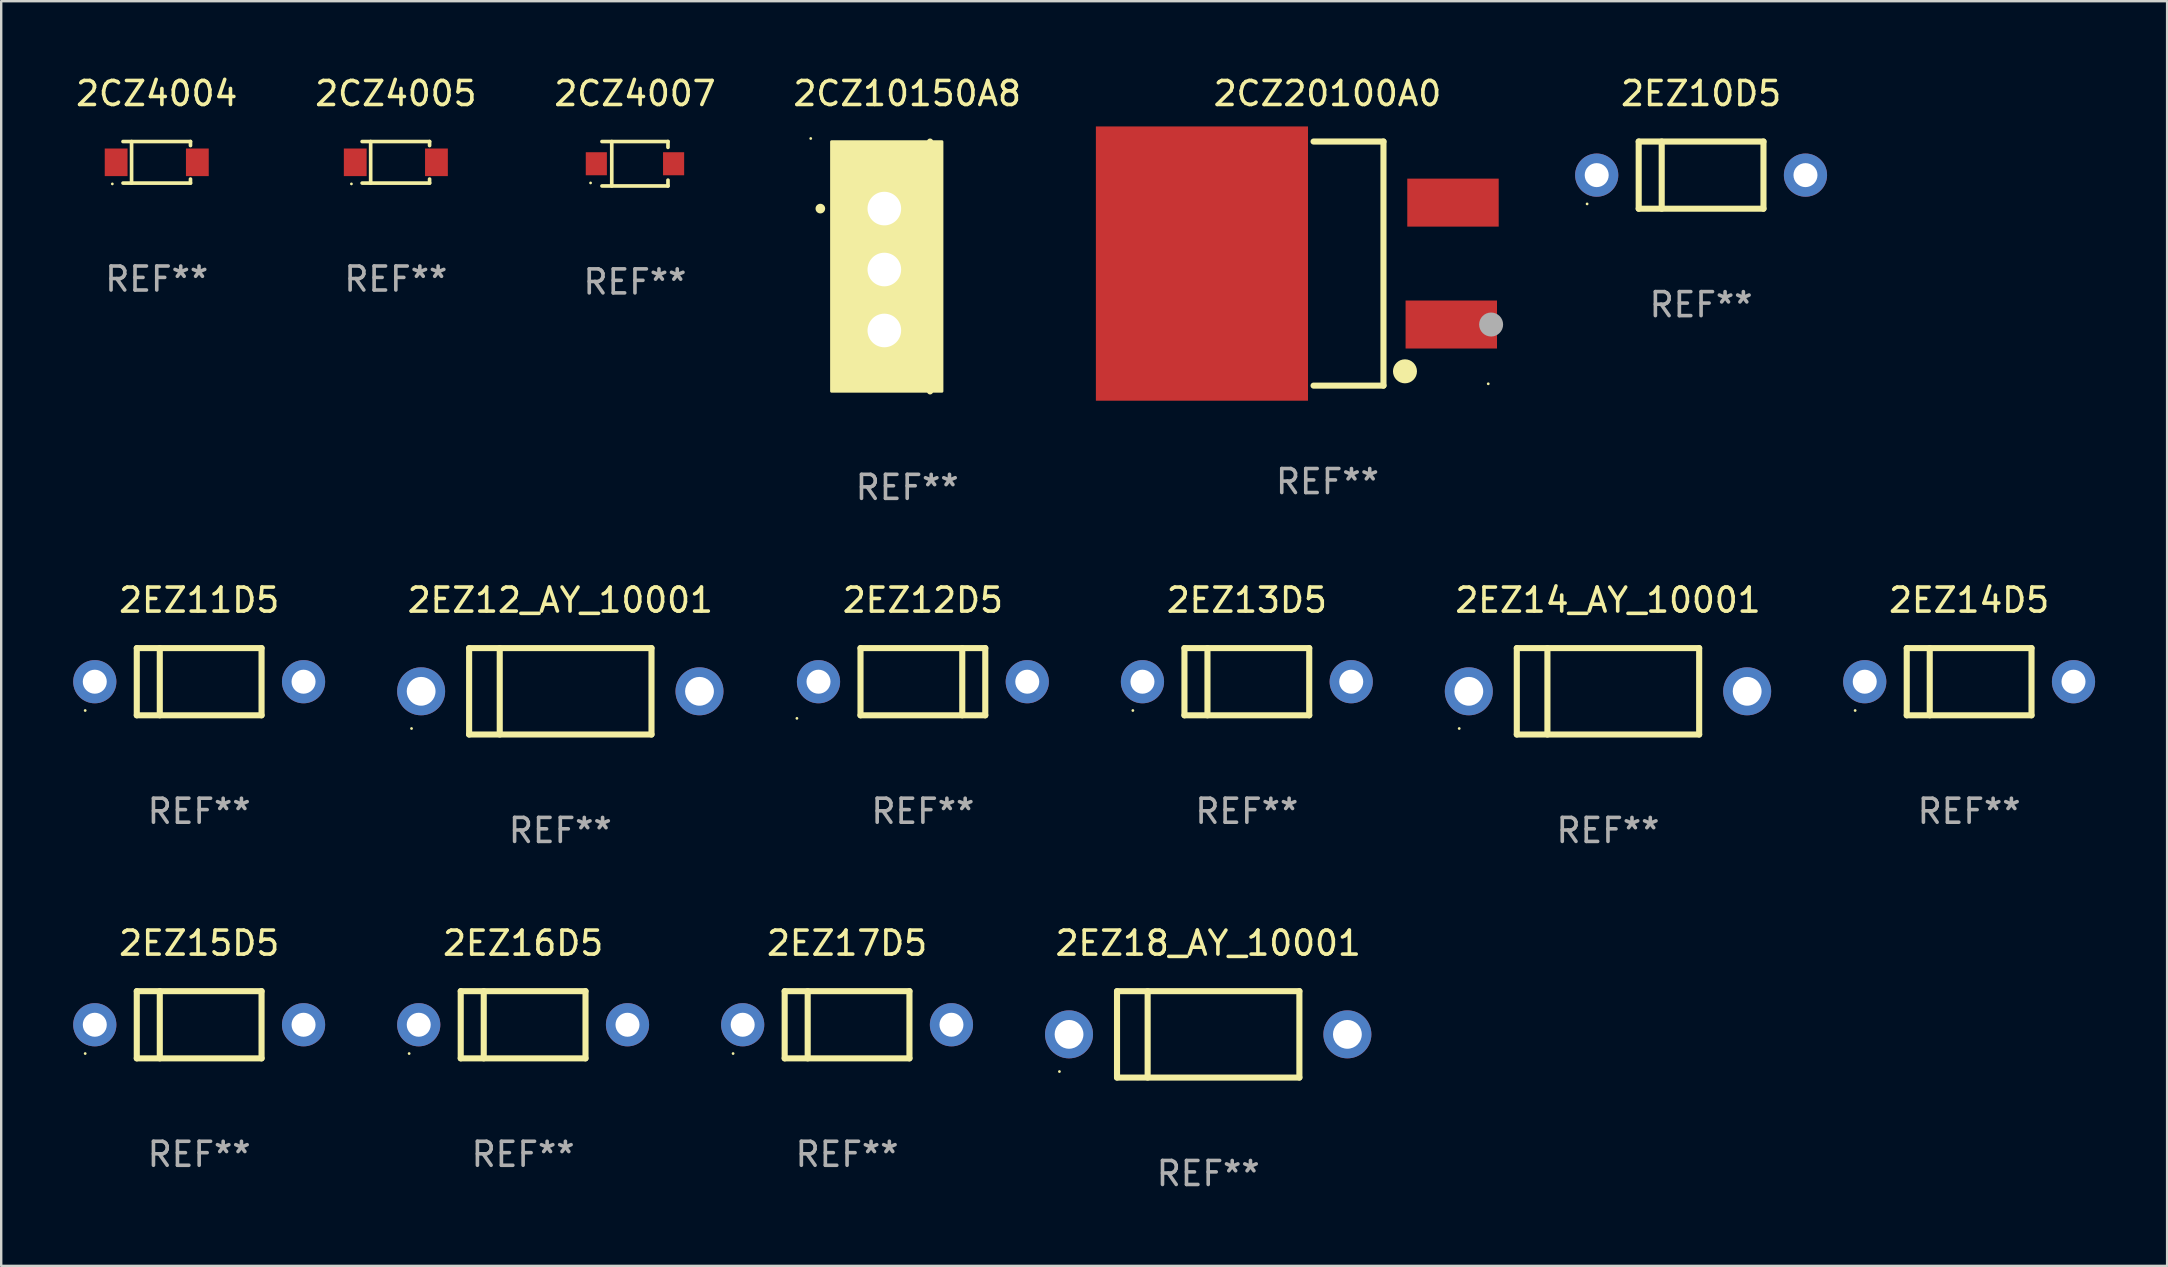
<source format=kicad_pcb>
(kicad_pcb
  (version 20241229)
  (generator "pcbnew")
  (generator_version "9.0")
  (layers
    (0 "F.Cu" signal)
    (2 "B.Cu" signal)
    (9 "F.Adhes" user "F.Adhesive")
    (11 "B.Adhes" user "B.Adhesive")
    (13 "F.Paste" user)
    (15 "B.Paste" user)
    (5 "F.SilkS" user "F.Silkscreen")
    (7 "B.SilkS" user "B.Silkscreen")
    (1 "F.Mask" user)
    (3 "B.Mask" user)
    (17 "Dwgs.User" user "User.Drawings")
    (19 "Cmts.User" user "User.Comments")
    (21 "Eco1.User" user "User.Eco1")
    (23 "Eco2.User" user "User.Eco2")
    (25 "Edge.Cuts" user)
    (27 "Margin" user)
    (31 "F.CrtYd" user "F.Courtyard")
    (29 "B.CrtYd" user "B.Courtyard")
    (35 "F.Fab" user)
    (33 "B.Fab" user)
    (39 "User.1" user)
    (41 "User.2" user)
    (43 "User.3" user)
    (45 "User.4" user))
  (footprint "2EZ14D5"
    (layer "F.Cu")
    (at 79.01 25.359)
    (property "Reference" "2EZ14D5" (at 0 -3.4 0) (layer "F.SilkS") (effects (font (size 1 1) (thickness 0.15))))
    (attr through_hole)
    (fp_line (start -2.6 -1.4) (end -2.6 1.4) (stroke (width 0.254) (type solid)) (layer "F.SilkS"))
    (fp_line (start -2.6 -1.4) (end 2.6 -1.4) (stroke (width 0.254) (type solid)) (layer "F.SilkS"))
    (fp_line (start -2.6 1.4) (end 2.6 1.4) (stroke (width 0.254) (type solid)) (layer "F.SilkS"))
    (fp_line (start -1.641 -1.4) (end -1.641 1.4) (stroke (width 0.254) (type solid)) (layer "F.SilkS"))
    (fp_line (start 2.6 -1.4) (end 2.6 1.4) (stroke (width 0.254) (type solid)) (layer "F.SilkS"))
    (fp_circle (center -4.75 1.2) (end -4.72 1.2) (stroke (width 0.06) (type solid)) (fill no) (layer "F.SilkS"))
    (fp_text user "REF**" (at 0 5.4 0) (layer "F.Fab") (effects (font (size 1 1) (thickness 0.15))))
    (pad "1" thru_hole circle (at -4.35 0) (size 1.8 1.8) (drill 1) (layers "*.Cu" "*.Mask"))
    (pad "2" thru_hole circle (at 4.35 0) (size 1.8 1.8) (drill 1) (layers "*.Cu" "*.Mask")))
  (footprint "2EZ10D5"
    (layer "F.Cu")
    (at 67.84 4.248)
    (property "Reference" "2EZ10D5" (at 0 -3.4 0) (layer "F.SilkS") (effects (font (size 1 1) (thickness 0.15))))
    (attr through_hole)
    (fp_line (start -2.6 -1.4) (end -2.6 1.4) (stroke (width 0.254) (type solid)) (layer "F.SilkS"))
    (fp_line (start -2.6 -1.4) (end 2.6 -1.4) (stroke (width 0.254) (type solid)) (layer "F.SilkS"))
    (fp_line (start -2.6 1.4) (end 2.6 1.4) (stroke (width 0.254) (type solid)) (layer "F.SilkS"))
    (fp_line (start -1.641 -1.4) (end -1.641 1.4) (stroke (width 0.254) (type solid)) (layer "F.SilkS"))
    (fp_line (start 2.6 -1.4) (end 2.6 1.4) (stroke (width 0.254) (type solid)) (layer "F.SilkS"))
    (fp_circle (center -4.75 1.2) (end -4.72 1.2) (stroke (width 0.06) (type solid)) (fill no) (layer "F.SilkS"))
    (fp_text user "REF**" (at 0 5.4 0) (layer "F.Fab") (effects (font (size 1 1) (thickness 0.15))))
    (pad "1" thru_hole circle (at -4.35 0) (size 1.8 1.8) (drill 1) (layers "*.Cu" "*.Mask"))
    (pad "2" thru_hole circle (at 4.35 0) (size 1.8 1.8) (drill 1) (layers "*.Cu" "*.Mask")))
  (footprint "2EZ13D5"
    (layer "F.Cu")
    (at 48.91 25.359)
    (property "Reference" "2EZ13D5" (at 0 -3.4 0) (layer "F.SilkS") (effects (font (size 1 1) (thickness 0.15))))
    (attr through_hole)
    (fp_line (start -2.6 -1.4) (end -2.6 1.4) (stroke (width 0.254) (type solid)) (layer "F.SilkS"))
    (fp_line (start -2.6 -1.4) (end 2.6 -1.4) (stroke (width 0.254) (type solid)) (layer "F.SilkS"))
    (fp_line (start -2.6 1.4) (end 2.6 1.4) (stroke (width 0.254) (type solid)) (layer "F.SilkS"))
    (fp_line (start -1.641 -1.4) (end -1.641 1.4) (stroke (width 0.254) (type solid)) (layer "F.SilkS"))
    (fp_line (start 2.6 -1.4) (end 2.6 1.4) (stroke (width 0.254) (type solid)) (layer "F.SilkS"))
    (fp_circle (center -4.75 1.2) (end -4.72 1.2) (stroke (width 0.06) (type solid)) (fill no) (layer "F.SilkS"))
    (fp_text user "REF**" (at 0 5.4 0) (layer "F.Fab") (effects (font (size 1 1) (thickness 0.15))))
    (pad "1" thru_hole circle (at -4.35 0) (size 1.8 1.8) (drill 1) (layers "*.Cu" "*.Mask"))
    (pad "2" thru_hole circle (at 4.35 0) (size 1.8 1.8) (drill 1) (layers "*.Cu" "*.Mask")))
  (footprint "2EZ18_AY_10001"
    (layer "F.Cu")
    (at 47.3 40.055)
    (property "Reference" "2EZ18_AY_10001" (at 0 -3.8 0) (layer "F.SilkS") (effects (font (size 1 1) (thickness 0.15))))
    (attr through_hole)
    (fp_line (start -3.8 -1.8) (end -3.8 1.8) (stroke (width 0.254) (type solid)) (layer "F.SilkS"))
    (fp_line (start -3.8 -1.8) (end 3.8 -1.8) (stroke (width 0.254) (type solid)) (layer "F.SilkS"))
    (fp_line (start -3.8 1.8) (end 3.8 1.8) (stroke (width 0.254) (type solid)) (layer "F.SilkS"))
    (fp_line (start -2.524 -1.8) (end -2.524 1.8) (stroke (width 0.254) (type solid)) (layer "F.SilkS"))
    (fp_line (start 3.8 -1.8) (end 3.8 1.8) (stroke (width 0.254) (type solid)) (layer "F.SilkS"))
    (fp_circle (center -6.2 1.55) (end -6.17 1.55) (stroke (width 0.06) (type solid)) (fill no) (layer "F.SilkS"))
    (fp_text user "REF**" (at 0 5.8 0) (layer "F.Fab") (effects (font (size 1 1) (thickness 0.15))))
    (pad "1" thru_hole circle (at -5.8 0) (size 2 2) (drill 1.2) (layers "*.Cu" "*.Mask"))
    (pad "2" thru_hole circle (at 5.8 0) (size 2 2) (drill 1.2) (layers "*.Cu" "*.Mask")))
  (footprint "2EZ14_AY_10001"
    (layer "F.Cu")
    (at 63.96 25.759)
    (property "Reference" "2EZ14_AY_10001" (at 0 -3.8 0) (layer "F.SilkS") (effects (font (size 1 1) (thickness 0.15))))
    (attr through_hole)
    (fp_line (start -3.8 -1.8) (end -3.8 1.8) (stroke (width 0.254) (type solid)) (layer "F.SilkS"))
    (fp_line (start -3.8 -1.8) (end 3.8 -1.8) (stroke (width 0.254) (type solid)) (layer "F.SilkS"))
    (fp_line (start -3.8 1.8) (end 3.8 1.8) (stroke (width 0.254) (type solid)) (layer "F.SilkS"))
    (fp_line (start -2.524 -1.8) (end -2.524 1.8) (stroke (width 0.254) (type solid)) (layer "F.SilkS"))
    (fp_line (start 3.8 -1.8) (end 3.8 1.8) (stroke (width 0.254) (type solid)) (layer "F.SilkS"))
    (fp_circle (center -6.2 1.55) (end -6.17 1.55) (stroke (width 0.06) (type solid)) (fill no) (layer "F.SilkS"))
    (fp_text user "REF**" (at 0 5.8 0) (layer "F.Fab") (effects (font (size 1 1) (thickness 0.15))))
    (pad "1" thru_hole circle (at -5.8 0) (size 2 2) (drill 1.2) (layers "*.Cu" "*.Mask"))
    (pad "2" thru_hole circle (at 5.8 0) (size 2 2) (drill 1.2) (layers "*.Cu" "*.Mask")))
  (footprint "2CZ20100A0"
    (layer "F.Cu")
    (at 52.27 7.934)
    (property "Reference" "2CZ20100A0" (at 0 -7.086 0) (layer "F.SilkS") (effects (font (size 1 1) (thickness 0.15))))
    (attr through_hole)
    (fp_line (start 2.334 -5.086) (end -0.58 -5.086) (stroke (width 0.254) (type solid)) (layer "F.SilkS"))
    (fp_line (start 2.334 -5.086) (end 2.334 5.086) (stroke (width 0.254) (type solid)) (layer "F.SilkS"))
    (fp_line (start 2.334 5.086) (end -0.58 5.086) (stroke (width 0.254) (type solid)) (layer "F.SilkS"))
    (fp_circle (center 3.23 4.49) (end 3.48 4.49) (stroke (width 0.5) (type solid)) (fill no) (layer "F.SilkS"))
    (fp_circle (center 6.7 5.01) (end 6.73 5.01) (stroke (width 0.06) (type solid)) (fill no) (layer "F.SilkS"))
    (fp_circle (center 6.82 2.54) (end 7.07 2.54) (stroke (width 0.5) (type solid)) (fill no) (layer "F.Fab"))
    (fp_text user "REF**" (at 0 9.086 0) (layer "F.Fab") (effects (font (size 1 1) (thickness 0.15))))
    (pad "1" smd rect (at 5.16 2.54) (size 3.81 2) (layers "F.Cu" "F.Mask" "F.Paste"))
    (pad "3" smd rect (at 5.231 -2.54) (size 3.81 2) (layers "F.Cu" "F.Mask" "F.Paste"))
    (pad "4" smd rect (at -5.231 0) (size 8.84 11.43) (layers "F.Cu" "F.Mask" "F.Paste")))
  (footprint "2EZ12D5"
    (layer "F.Cu")
    (at 35.41 25.359)
    (property "Reference" "2EZ12D5" (at 0 -3.4 0) (layer "F.SilkS") (effects (font (size 1 1) (thickness 0.15))))
    (attr through_hole)
    (fp_line (start -2.6 1.4) (end -2.6 -1.4) (stroke (width 0.254) (type solid)) (layer "F.SilkS"))
    (fp_line (start 1.641 1.4) (end 1.641 -1.4) (stroke (width 0.254) (type solid)) (layer "F.SilkS"))
    (fp_line (start 2.6 -1.4) (end -2.6 -1.4) (stroke (width 0.254) (type solid)) (layer "F.SilkS"))
    (fp_line (start 2.6 1.4) (end -2.6 1.4) (stroke (width 0.254) (type solid)) (layer "F.SilkS"))
    (fp_line (start 2.6 1.4) (end 2.6 -1.4) (stroke (width 0.254) (type solid)) (layer "F.SilkS"))
    (fp_circle (center -5.25 1.527) (end -5.22 1.527) (stroke (width 0.06) (type solid)) (fill no) (layer "F.SilkS"))
    (fp_text user "REF**" (at 0 5.4 0) (layer "F.Fab") (effects (font (size 1 1) (thickness 0.15))))
    (pad "1" thru_hole circle (at -4.35 0) (size 1.8 1.8) (drill 1) (layers "*.Cu" "*.Mask"))
    (pad "2" thru_hole circle (at 4.35 0) (size 1.8 1.8) (drill 1) (layers "*.Cu" "*.Mask")))
  (footprint "2EZ11D5"
    (layer "F.Cu")
    (at 5.25 25.359)
    (property "Reference" "2EZ11D5" (at 0 -3.4 0) (layer "F.SilkS") (effects (font (size 1 1) (thickness 0.15))))
    (attr through_hole)
    (fp_line (start -2.6 -1.4) (end -2.6 1.4) (stroke (width 0.254) (type solid)) (layer "F.SilkS"))
    (fp_line (start -2.6 -1.4) (end 2.6 -1.4) (stroke (width 0.254) (type solid)) (layer "F.SilkS"))
    (fp_line (start -2.6 1.4) (end 2.6 1.4) (stroke (width 0.254) (type solid)) (layer "F.SilkS"))
    (fp_line (start -1.641 -1.4) (end -1.641 1.4) (stroke (width 0.254) (type solid)) (layer "F.SilkS"))
    (fp_line (start 2.6 -1.4) (end 2.6 1.4) (stroke (width 0.254) (type solid)) (layer "F.SilkS"))
    (fp_circle (center -4.75 1.2) (end -4.72 1.2) (stroke (width 0.06) (type solid)) (fill no) (layer "F.SilkS"))
    (fp_text user "REF**" (at 0 5.4 0) (layer "F.Fab") (effects (font (size 1 1) (thickness 0.15))))
    (pad "1" thru_hole circle (at -4.35 0) (size 1.8 1.8) (drill 1) (layers "*.Cu" "*.Mask"))
    (pad "2" thru_hole circle (at 4.35 0) (size 1.8 1.8) (drill 1) (layers "*.Cu" "*.Mask")))
  (footprint "2CZ4007"
    (layer "F.Cu")
    (at 23.411 3.774)
    (property "Reference" "2CZ4007" (at 0 -2.926 0) (layer "F.SilkS") (effects (font (size 1 1) (thickness 0.15))))
    (attr through_hole)
    (fp_line (start -1.376 -0.926) (end 1.376 -0.926) (stroke (width 0.152) (type solid)) (layer "F.SilkS"))
    (fp_line (start -1.376 0.926) (end 1.376 0.926) (stroke (width 0.152) (type solid)) (layer "F.SilkS"))
    (fp_line (start -0.967 -0.926) (end -0.967 0.926) (stroke (width 0.152) (type solid)) (layer "F.SilkS"))
    (fp_line (start 1.376 -0.926) (end 1.376 -0.683) (stroke (width 0.152) (type solid)) (layer "F.SilkS"))
    (fp_line (start 1.376 0.926) (end 1.376 0.683) (stroke (width 0.152) (type solid)) (layer "F.SilkS"))
    (fp_circle (center -1.85 0.8) (end -1.82 0.8) (stroke (width 0.06) (type solid)) (fill no) (layer "F.SilkS"))
    (fp_text user "REF**" (at 0 4.926 0) (layer "F.Fab") (effects (font (size 1 1) (thickness 0.15))))
    (pad "1" smd rect (at -1.61 0) (size 0.88 0.96) (layers "F.Cu" "F.Mask" "F.Paste"))
    (pad "2" smd rect (at 1.61 0) (size 0.88 0.96) (layers "F.Cu" "F.Mask" "F.Paste")))
  (footprint "2CZ4005"
    (layer "F.Cu")
    (at 13.446 3.714)
    (property "Reference" "2CZ4005" (at 0 -2.866 0) (layer "F.SilkS") (effects (font (size 1 1) (thickness 0.15))))
    (attr through_hole)
    (fp_line (start -1.406 -0.866) (end 1.406 -0.866) (stroke (width 0.152) (type solid)) (layer "F.SilkS"))
    (fp_line (start -1.406 0.866) (end 1.406 0.866) (stroke (width 0.152) (type solid)) (layer "F.SilkS"))
    (fp_line (start -1.049 -0.866) (end -1.049 0.866) (stroke (width 0.152) (type solid)) (layer "F.SilkS"))
    (fp_line (start 1.406 -0.866) (end 1.406 -0.698) (stroke (width 0.152) (type solid)) (layer "F.SilkS"))
    (fp_line (start 1.406 0.866) (end 1.406 0.698) (stroke (width 0.152) (type solid)) (layer "F.SilkS"))
    (fp_circle (center -1.851 0.9) (end -1.821 0.9) (stroke (width 0.06) (type solid)) (fill no) (layer "F.SilkS"))
    (fp_text user "REF**" (at 0 4.866 0) (layer "F.Fab") (effects (font (size 1 1) (thickness 0.15))))
    (pad "1" smd rect (at -1.692 0) (size 0.95 1.15) (layers "F.Cu" "F.Mask" "F.Paste"))
    (pad "2" smd rect (at 1.692 0) (size 0.95 1.15) (layers "F.Cu" "F.Mask" "F.Paste")))
  (footprint "2EZ15D5"
    (layer "F.Cu")
    (at 5.25 39.655)
    (property "Reference" "2EZ15D5" (at 0 -3.4 0) (layer "F.SilkS") (effects (font (size 1 1) (thickness 0.15))))
    (attr through_hole)
    (fp_line (start -2.6 -1.4) (end -2.6 1.4) (stroke (width 0.254) (type solid)) (layer "F.SilkS"))
    (fp_line (start -2.6 -1.4) (end 2.6 -1.4) (stroke (width 0.254) (type solid)) (layer "F.SilkS"))
    (fp_line (start -2.6 1.4) (end 2.6 1.4) (stroke (width 0.254) (type solid)) (layer "F.SilkS"))
    (fp_line (start -1.641 -1.4) (end -1.641 1.4) (stroke (width 0.254) (type solid)) (layer "F.SilkS"))
    (fp_line (start 2.6 -1.4) (end 2.6 1.4) (stroke (width 0.254) (type solid)) (layer "F.SilkS"))
    (fp_circle (center -4.75 1.2) (end -4.72 1.2) (stroke (width 0.06) (type solid)) (fill no) (layer "F.SilkS"))
    (fp_text user "REF**" (at 0 5.4 0) (layer "F.Fab") (effects (font (size 1 1) (thickness 0.15))))
    (pad "1" thru_hole circle (at -4.35 0) (size 1.8 1.8) (drill 1) (layers "*.Cu" "*.Mask"))
    (pad "2" thru_hole circle (at 4.35 0) (size 1.8 1.8) (drill 1) (layers "*.Cu" "*.Mask")))
  (footprint "2EZ16D5"
    (layer "F.Cu")
    (at 18.75 39.655)
    (property "Reference" "2EZ16D5" (at 0 -3.4 0) (layer "F.SilkS") (effects (font (size 1 1) (thickness 0.15))))
    (attr through_hole)
    (fp_line (start -2.6 -1.4) (end -2.6 1.4) (stroke (width 0.254) (type solid)) (layer "F.SilkS"))
    (fp_line (start -2.6 -1.4) (end 2.6 -1.4) (stroke (width 0.254) (type solid)) (layer "F.SilkS"))
    (fp_line (start -2.6 1.4) (end 2.6 1.4) (stroke (width 0.254) (type solid)) (layer "F.SilkS"))
    (fp_line (start -1.641 -1.4) (end -1.641 1.4) (stroke (width 0.254) (type solid)) (layer "F.SilkS"))
    (fp_line (start 2.6 -1.4) (end 2.6 1.4) (stroke (width 0.254) (type solid)) (layer "F.SilkS"))
    (fp_circle (center -4.75 1.2) (end -4.72 1.2) (stroke (width 0.06) (type solid)) (fill no) (layer "F.SilkS"))
    (fp_text user "REF**" (at 0 5.4 0) (layer "F.Fab") (effects (font (size 1 1) (thickness 0.15))))
    (pad "1" thru_hole circle (at -4.35 0) (size 1.8 1.8) (drill 1) (layers "*.Cu" "*.Mask"))
    (pad "2" thru_hole circle (at 4.35 0) (size 1.8 1.8) (drill 1) (layers "*.Cu" "*.Mask")))
  (footprint "2CZ4004"
    (layer "F.Cu")
    (at 3.482 3.714)
    (property "Reference" "2CZ4004" (at 0 -2.866 0) (layer "F.SilkS") (effects (font (size 1 1) (thickness 0.15))))
    (attr through_hole)
    (fp_line (start -1.406 -0.866) (end 1.406 -0.866) (stroke (width 0.152) (type solid)) (layer "F.SilkS"))
    (fp_line (start -1.406 0.866) (end 1.406 0.866) (stroke (width 0.152) (type solid)) (layer "F.SilkS"))
    (fp_line (start -1.049 -0.866) (end -1.049 0.866) (stroke (width 0.152) (type solid)) (layer "F.SilkS"))
    (fp_line (start 1.406 -0.866) (end 1.406 -0.698) (stroke (width 0.152) (type solid)) (layer "F.SilkS"))
    (fp_line (start 1.406 0.866) (end 1.406 0.698) (stroke (width 0.152) (type solid)) (layer "F.SilkS"))
    (fp_circle (center -1.851 0.9) (end -1.821 0.9) (stroke (width 0.06) (type solid)) (fill no) (layer "F.SilkS"))
    (fp_text user "REF**" (at 0 4.866 0) (layer "F.Fab") (effects (font (size 1 1) (thickness 0.15))))
    (pad "1" smd rect (at -1.692 0) (size 0.95 1.15) (layers "F.Cu" "F.Mask" "F.Paste"))
    (pad "2" smd rect (at 1.692 0) (size 0.95 1.15) (layers "F.Cu" "F.Mask" "F.Paste")))
  (footprint "2EZ12_AY_10001"
    (layer "F.Cu")
    (at 20.3 25.759)
    (property "Reference" "2EZ12_AY_10001" (at 0 -3.8 0) (layer "F.SilkS") (effects (font (size 1 1) (thickness 0.15))))
    (attr through_hole)
    (fp_line (start -3.8 -1.8) (end -3.8 1.8) (stroke (width 0.254) (type solid)) (layer "F.SilkS"))
    (fp_line (start -3.8 -1.8) (end 3.8 -1.8) (stroke (width 0.254) (type solid)) (layer "F.SilkS"))
    (fp_line (start -3.8 1.8) (end 3.8 1.8) (stroke (width 0.254) (type solid)) (layer "F.SilkS"))
    (fp_line (start -2.524 -1.8) (end -2.524 1.8) (stroke (width 0.254) (type solid)) (layer "F.SilkS"))
    (fp_line (start 3.8 -1.8) (end 3.8 1.8) (stroke (width 0.254) (type solid)) (layer "F.SilkS"))
    (fp_circle (center -6.2 1.55) (end -6.17 1.55) (stroke (width 0.06) (type solid)) (fill no) (layer "F.SilkS"))
    (fp_text user "REF**" (at 0 5.8 0) (layer "F.Fab") (effects (font (size 1 1) (thickness 0.15))))
    (pad "1" thru_hole circle (at -5.8 0) (size 2 2) (drill 1.2) (layers "*.Cu" "*.Mask"))
    (pad "2" thru_hole circle (at 5.8 0) (size 2 2) (drill 1.2) (layers "*.Cu" "*.Mask")))
  (footprint "2CZ10150A8"
    (layer "F.Cu")
    (at 34.756 8.055)
    (property "Reference" "2CZ10150A8" (at 0 -7.207 0) (layer "F.SilkS") (effects (font (size 1 1) (thickness 0.15))))
    (attr through_hole)
    (fp_line (start 0.953 5.207) (end 0.953 -5.207) (stroke (width 0.254) (type solid)) (layer "F.SilkS"))
    (fp_arc (start -3.619507 -2.410465) (mid -3.619511 -2.411735) (end -3.619507 -2.413005) (stroke (width 0.4) (type solid)) (layer "F.SilkS"))
    (fp_circle (center -4.02 -5.334) (end -3.99 -5.334) (stroke (width 0.06) (type solid)) (fill no) (layer "F.SilkS"))
    (fp_poly (pts (xy -3.152 -5.2) (xy 1.448 -5.2) (xy 1.448 5.2) (xy -3.152 5.2)) (stroke (width 0.12) (type solid)) (fill yes) (layer "F.SilkS"))
    (fp_text user "REF**" (at 0 9.207 0) (layer "F.Fab") (effects (font (size 1 1) (thickness 0.15))))
    (pad "1" thru_hole rect (at -0.953 -2.413 270) (size 2 2.5) (drill 1.4) (layers "*.Cu" "*.Mask"))
    (pad "2" thru_hole oval (at -0.953 0.127 270) (size 2 2.5) (drill 1.4) (layers "*.Cu" "*.Mask"))
    (pad "3" thru_hole oval (at -0.953 2.667 270) (size 2 2.5) (drill 1.4) (layers "*.Cu" "*.Mask")))
  (footprint "2EZ17D5"
    (layer "F.Cu")
    (at 32.25 39.655)
    (property "Reference" "2EZ17D5" (at 0 -3.4 0) (layer "F.SilkS") (effects (font (size 1 1) (thickness 0.15))))
    (attr through_hole)
    (fp_line (start -2.6 -1.4) (end -2.6 1.4) (stroke (width 0.254) (type solid)) (layer "F.SilkS"))
    (fp_line (start -2.6 -1.4) (end 2.6 -1.4) (stroke (width 0.254) (type solid)) (layer "F.SilkS"))
    (fp_line (start -2.6 1.4) (end 2.6 1.4) (stroke (width 0.254) (type solid)) (layer "F.SilkS"))
    (fp_line (start -1.641 -1.4) (end -1.641 1.4) (stroke (width 0.254) (type solid)) (layer "F.SilkS"))
    (fp_line (start 2.6 -1.4) (end 2.6 1.4) (stroke (width 0.254) (type solid)) (layer "F.SilkS"))
    (fp_circle (center -4.75 1.2) (end -4.72 1.2) (stroke (width 0.06) (type solid)) (fill no) (layer "F.SilkS"))
    (fp_text user "REF**" (at 0 5.4 0) (layer "F.Fab") (effects (font (size 1 1) (thickness 0.15))))
    (pad "1" thru_hole circle (at -4.35 0) (size 1.8 1.8) (drill 1) (layers "*.Cu" "*.Mask"))
    (pad "2" thru_hole circle (at 4.35 0) (size 1.8 1.8) (drill 1) (layers "*.Cu" "*.Mask")))
  (gr_rect
    (start -3 -3)
    (end 87.261 49.704)
    (stroke (width 0.1) (type default))
    (fill no)
    (layer "Edge.Cuts")))
</source>
